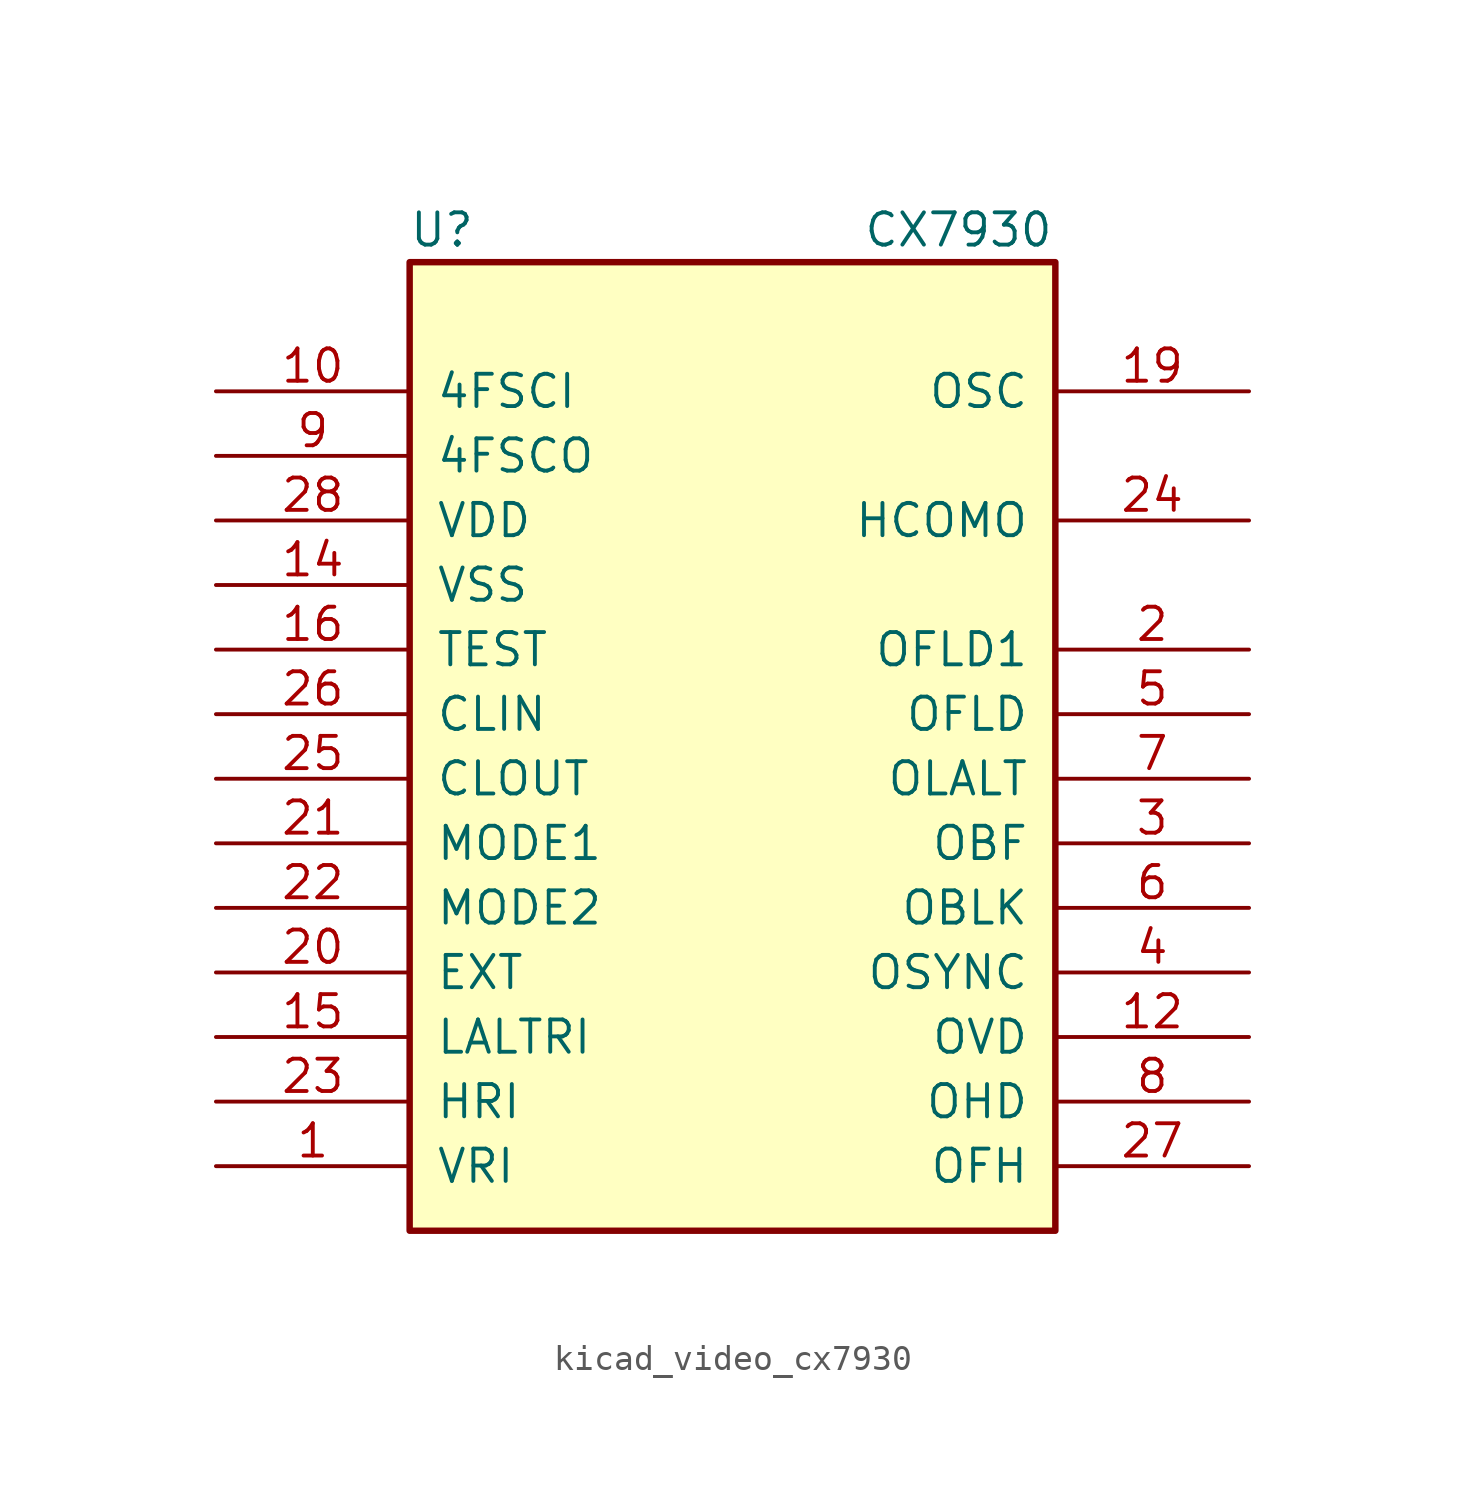
<source format=kicad_sym>
(kicad_symbol_lib
  (version 20220914)
  (generator kicad_symbol_editor)
  (symbol "kicad_video_cx7930"
    (pin_names
      (offset 1.016))
    (property "Reference" "U"
      (at -11.43 20.32 0)
      (effects (font (size 1.27 1.27))))
    (property "Value" "CX7930"
      (at 8.89 20.32 0)
      (effects (font (size 1.27 1.27))))
    (symbol "kicad_video_cx7930_0_1"
      (rectangle (start -12.7 -19.05) (end 12.7 19.05) (stroke (width 0.254) (type default)) (fill (type background))))
    (symbol "kicad_video_cx7930_1_1"
      (pin input line (at -20.32 -16.51 0) (length 7.62) (name "VRI" (effects (font (size 1.27 1.27)))) (number "1" (effects (font (size 1.27 1.27)))))
      (pin input line (at -20.32 13.97 0) (length 7.62) (name "4FSCI" (effects (font (size 1.27 1.27)))) (number "10" (effects (font (size 1.27 1.27)))))
      (pin output line (at 20.32 -11.43 180) (length 7.62) (name "OVD" (effects (font (size 1.27 1.27)))) (number "12" (effects (font (size 1.27 1.27)))))
      (pin input line (at -20.32 6.35 0) (length 7.62) (name "VSS" (effects (font (size 1.27 1.27)))) (number "14" (effects (font (size 1.27 1.27)))))
      (pin input line (at -20.32 -11.43 0) (length 7.62) (name "LALTRI" (effects (font (size 1.27 1.27)))) (number "15" (effects (font (size 1.27 1.27)))))
      (pin input line (at -20.32 3.81 0) (length 7.62) (name "TEST" (effects (font (size 1.27 1.27)))) (number "16" (effects (font (size 1.27 1.27)))))
      (pin output line (at 20.32 13.97 180) (length 7.62) (name "OSC" (effects (font (size 1.27 1.27)))) (number "19" (effects (font (size 1.27 1.27)))))
      (pin output line (at 20.32 3.81 180) (length 7.62) (name "OFLD1" (effects (font (size 1.27 1.27)))) (number "2" (effects (font (size 1.27 1.27)))))
      (pin input line (at -20.32 -8.89 0) (length 7.62) (name "EXT" (effects (font (size 1.27 1.27)))) (number "20" (effects (font (size 1.27 1.27)))))
      (pin input line (at -20.32 -3.81 0) (length 7.62) (name "MODE1" (effects (font (size 1.27 1.27)))) (number "21" (effects (font (size 1.27 1.27)))))
      (pin input line (at -20.32 -6.35 0) (length 7.62) (name "MODE2" (effects (font (size 1.27 1.27)))) (number "22" (effects (font (size 1.27 1.27)))))
      (pin input line (at -20.32 -13.97 0) (length 7.62) (name "HRI" (effects (font (size 1.27 1.27)))) (number "23" (effects (font (size 1.27 1.27)))))
      (pin output line (at 20.32 8.89 180) (length 7.62) (name "HCOMO" (effects (font (size 1.27 1.27)))) (number "24" (effects (font (size 1.27 1.27)))))
      (pin output line (at -20.32 -1.27 0) (length 7.62) (name "CLOUT" (effects (font (size 1.27 1.27)))) (number "25" (effects (font (size 1.27 1.27)))))
      (pin input line (at -20.32 1.27 0) (length 7.62) (name "CLIN" (effects (font (size 1.27 1.27)))) (number "26" (effects (font (size 1.27 1.27)))))
      (pin output line (at 20.32 -16.51 180) (length 7.62) (name "OFH" (effects (font (size 1.27 1.27)))) (number "27" (effects (font (size 1.27 1.27)))))
      (pin input line (at -20.32 8.89 0) (length 7.62) (name "VDD" (effects (font (size 1.27 1.27)))) (number "28" (effects (font (size 1.27 1.27)))))
      (pin output line (at 20.32 -3.81 180) (length 7.62) (name "OBF" (effects (font (size 1.27 1.27)))) (number "3" (effects (font (size 1.27 1.27)))))
      (pin output line (at 20.32 -8.89 180) (length 7.62) (name "OSYNC" (effects (font (size 1.27 1.27)))) (number "4" (effects (font (size 1.27 1.27)))))
      (pin output line (at 20.32 1.27 180) (length 7.62) (name "OFLD" (effects (font (size 1.27 1.27)))) (number "5" (effects (font (size 1.27 1.27)))))
      (pin output line (at 20.32 -6.35 180) (length 7.62) (name "OBLK" (effects (font (size 1.27 1.27)))) (number "6" (effects (font (size 1.27 1.27)))))
      (pin output line (at 20.32 -1.27 180) (length 7.62) (name "OLALT" (effects (font (size 1.27 1.27)))) (number "7" (effects (font (size 1.27 1.27)))))
      (pin output line (at 20.32 -13.97 180) (length 7.62) (name "OHD" (effects (font (size 1.27 1.27)))) (number "8" (effects (font (size 1.27 1.27)))))
      (pin output line (at -20.32 11.43 0) (length 7.62) (name "4FSCO" (effects (font (size 1.27 1.27)))) (number "9" (effects (font (size 1.27 1.27))))))))
</source>
